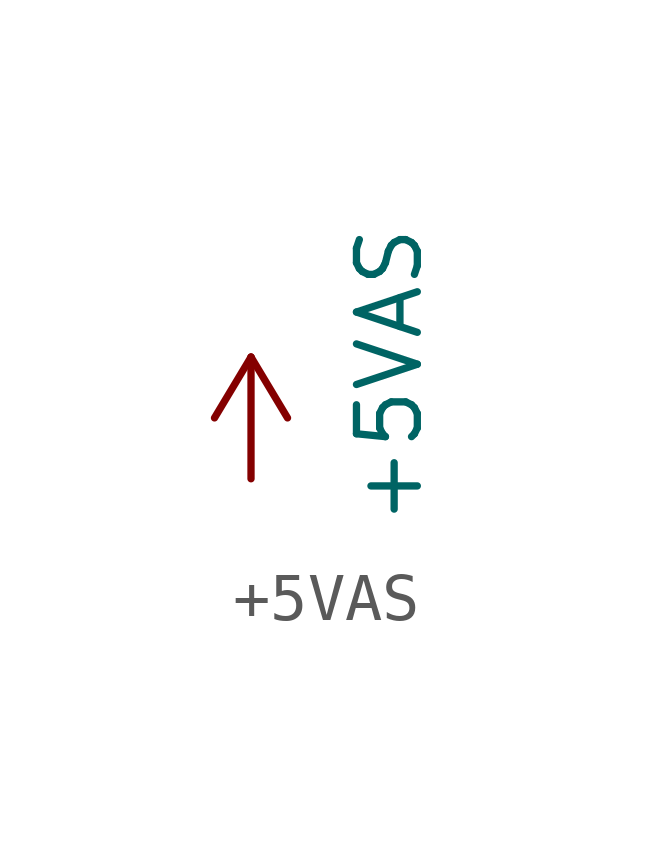
<source format=kicad_sym>
(kicad_symbol_lib
  (version 20211014)
  (generator kicad_symbol_editor)
  (symbol "+5VAS"
    (power)
    (pin_names
      (offset 0))
    (property "Reference" "#PWR09"
      (at -3.81 0 0)
      (effects (font (size 1.27 1.27)) hide))
    (property "Value" "+5VAS"
      (at 2.891 2.149 90)
      (effects (font (size 1.27 1.27))))
    (symbol "+5VAS_0_1"
      (polyline (pts (xy -0.762 1.27) (xy 0 2.54)) (stroke (width 0) (type default) (color 0 0 0 0)) (fill (type none)))
      (polyline (pts (xy 0 0) (xy 0 2.54)) (stroke (width 0) (type default) (color 0 0 0 0)) (fill (type none)))
      (polyline (pts (xy 0 2.54) (xy 0.762 1.27)) (stroke (width 0) (type default) (color 0 0 0 0)) (fill (type none))))
    (symbol "+5VAS_1_1"
      (pin power_in line (at 0 0 90) (length 0) hide (name "+5VAS" (effects (font (size 1.27 1.27)))) (number "1" (effects (font (size 1.27 1.27))))))))
</source>
